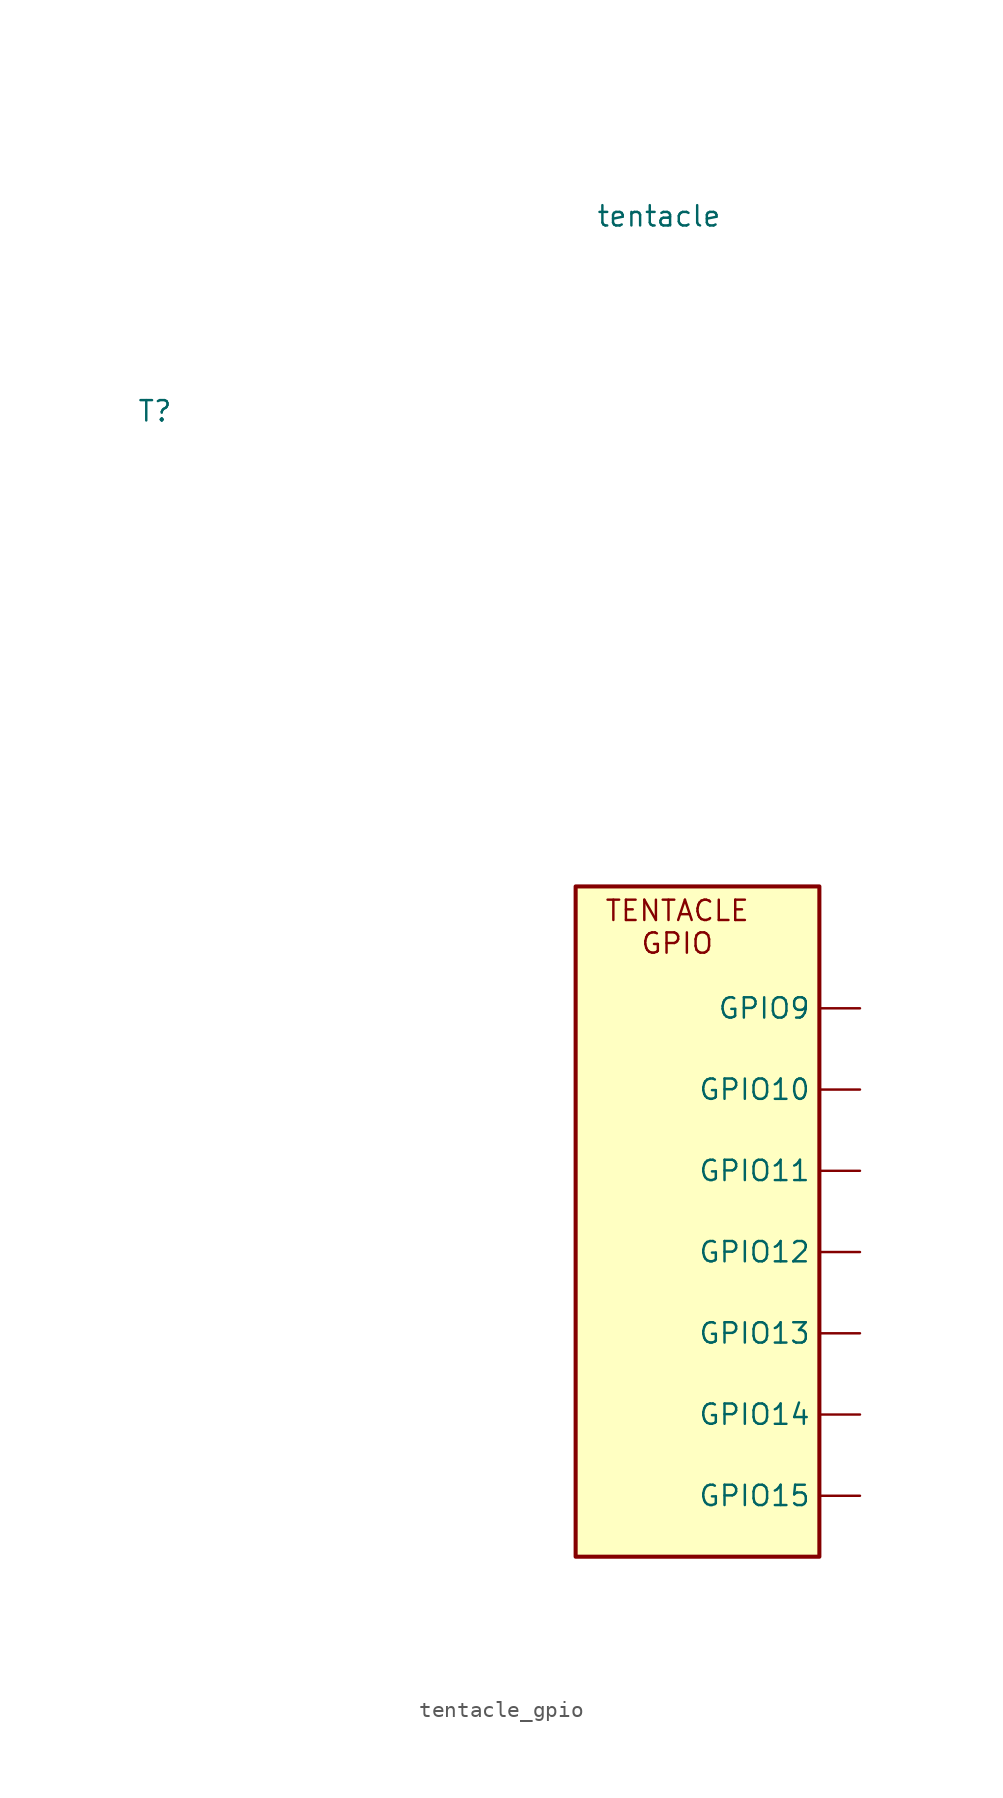
<source format=kicad_sym>
(kicad_symbol_lib
  (version 20231120)
  (generator "kicad_symbol_editor")
  (generator_version "8.0")
  (symbol "tentacle_gpio"
    (pin_numbers hide)
    (property "Reference" "T"
      (at -27.432 29.718 0)
      (effects (font (size 1.27 1.27)) (justify left)))
    (property "Value" "tentacle"
      (at 1.27 41.91 0)
      (effects (font (size 1.27 1.27)) (justify left)))
    (symbol "tentacle_gpio_1_1"
      (rectangle (start 0 0) (end 15.24 -41.91) (stroke (width 0.254) (type default)) (fill (type background)))
      (text "TENTACLE\nGPIO" (at 6.35 -2.54 0) (effects (font (size 1.27 1.27))))
      (pin passive line (at 17.78 -12.7 180) (length 2.54) (name "GPIO10" (effects (font (size 1.27 1.27)))) (number "" (effects (font (size 1.27 1.27)))))
      (pin passive line (at 17.78 -17.78 180) (length 2.54) (name "GPIO11" (effects (font (size 1.27 1.27)))) (number "" (effects (font (size 1.27 1.27)))))
      (pin passive line (at 17.78 -22.86 180) (length 2.54) (name "GPIO12" (effects (font (size 1.27 1.27)))) (number "" (effects (font (size 1.27 1.27)))))
      (pin passive line (at 17.78 -27.94 180) (length 2.54) (name "GPIO13" (effects (font (size 1.27 1.27)))) (number "" (effects (font (size 1.27 1.27)))))
      (pin passive line (at 17.78 -33.02 180) (length 2.54) (name "GPIO14" (effects (font (size 1.27 1.27)))) (number "" (effects (font (size 1.27 1.27)))))
      (pin passive line (at 17.78 -38.1 180) (length 2.54) (name "GPIO15" (effects (font (size 1.27 1.27)))) (number "" (effects (font (size 1.27 1.27)))))
      (pin passive line (at 17.78 -7.62 180) (length 2.54) (name "GPIO9" (effects (font (size 1.27 1.27)))) (number "" (effects (font (size 1.27 1.27))))))))
</source>
